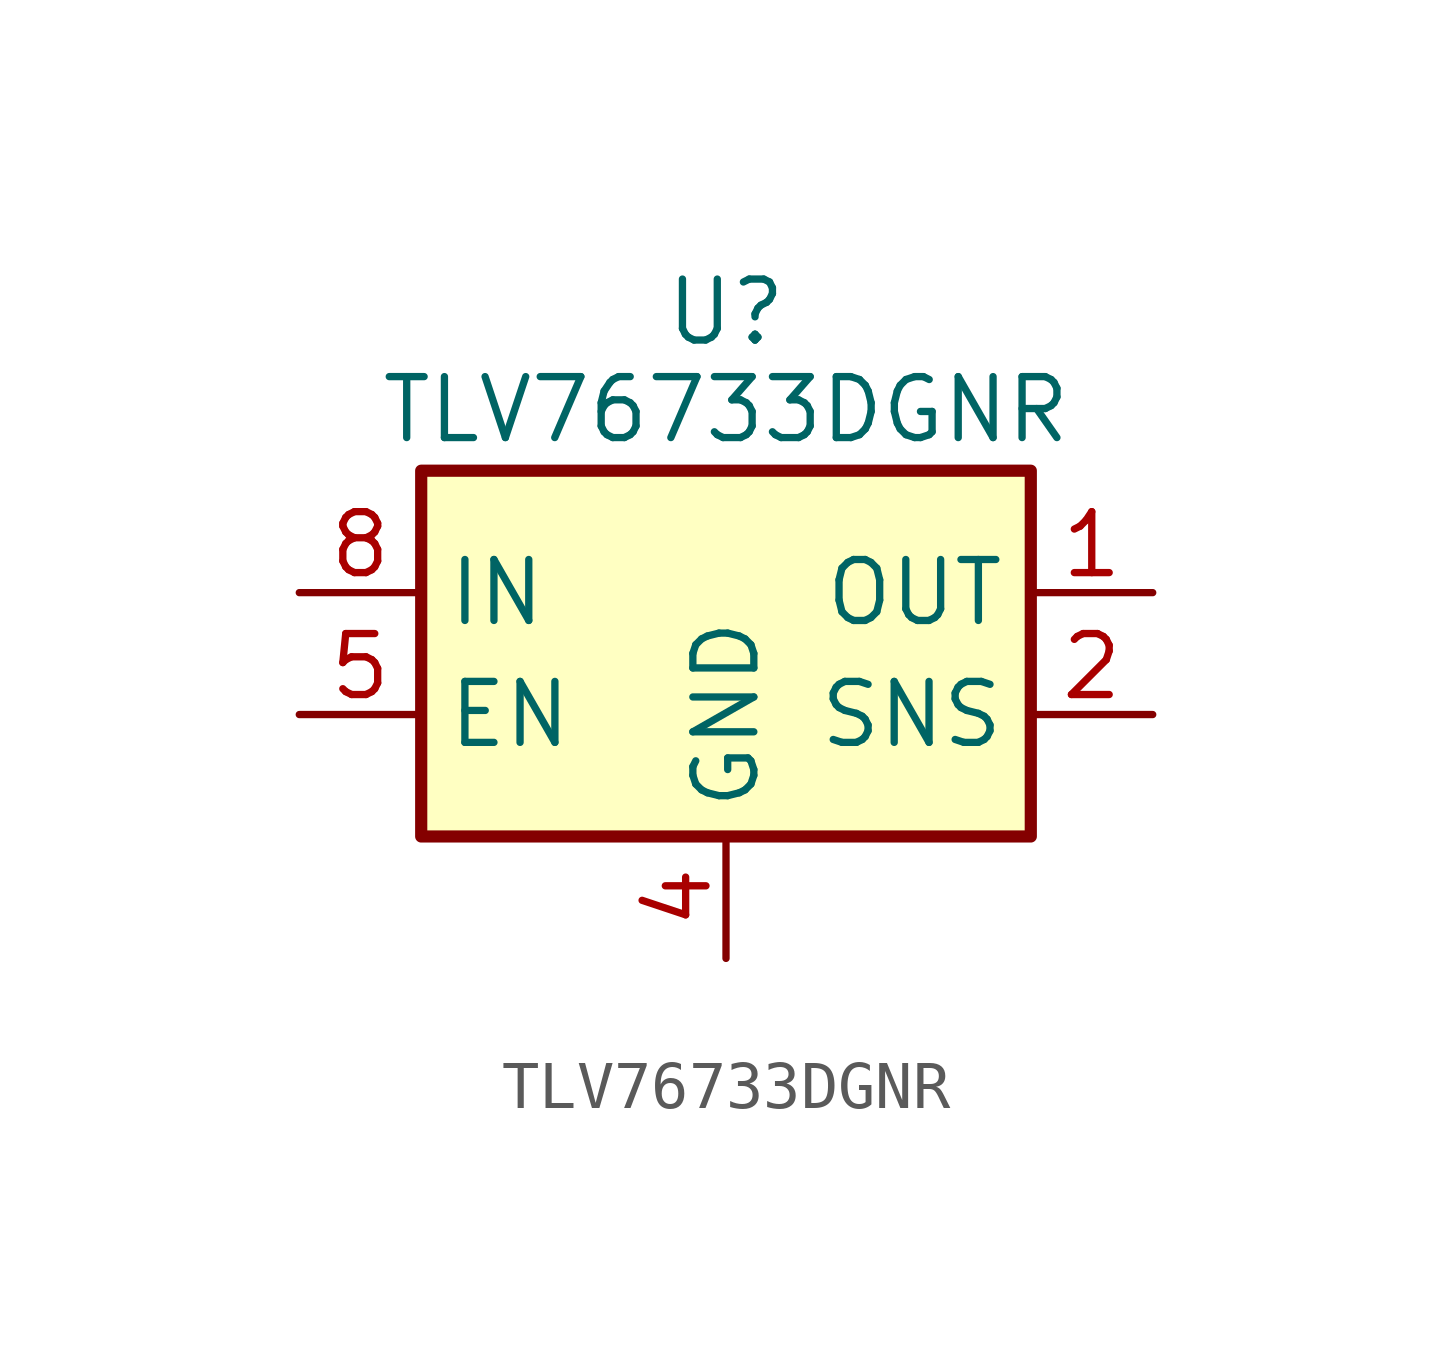
<source format=kicad_sym>
(kicad_symbol_lib
  (version 20231120)
  (generator "kicad_symbol_editor")
  (generator_version "8.0")
  (symbol "TLV76733DGNR"
    (property "Reference" "U"
      (at 0 3.302 0)
      (effects (font (size 1.27 1.27))))
    (property "Value" "TLV76733DGNR"
      (at 0 1.27 0)
      (effects (font (size 1.27 1.27))))
    (symbol "TLV76733DGNR_0_0"
      (rectangle (start -6.35 0) (end 6.35 -7.62) (stroke (width 0.254) (type default)) (fill (type background))))
    (symbol "TLV76733DGNR_1_1"
      (pin power_out line (at 8.89 -2.54 180) (length 2.54) (name "OUT" (effects (font (size 1.27 1.27)))) (number "1" (effects (font (size 1.27 1.27)))))
      (pin input line (at 8.89 -5.08 180) (length 2.54) (name "SNS" (effects (font (size 1.27 1.27)))) (number "2" (effects (font (size 1.27 1.27)))))
      (pin passive line (at 0 -10.16 90) (length 2.54) hide (name "NC" (effects (font (size 1.27 1.27)))) (number "3" (effects (font (size 1.27 1.27)))))
      (pin power_in line (at 0 -10.16 90) (length 2.54) (name "GND" (effects (font (size 1.27 1.27)))) (number "4" (effects (font (size 1.27 1.27)))))
      (pin input line (at -8.89 -5.08 0) (length 2.54) (name "EN" (effects (font (size 1.27 1.27)))) (number "5" (effects (font (size 1.27 1.27)))))
      (pin power_in line (at 0 -10.16 90) (length 2.54) hide (name "GND" (effects (font (size 1.27 1.27)))) (number "6" (effects (font (size 1.27 1.27)))))
      (pin no_connect line (at -2.54 -10.16 90) (length 2.54) hide (name "NC" (effects (font (size 1.27 1.27)))) (number "7" (effects (font (size 1.27 1.27)))))
      (pin power_in line (at -8.89 -2.54 0) (length 2.54) (name "IN" (effects (font (size 1.27 1.27)))) (number "8" (effects (font (size 1.27 1.27)))))
      (pin power_in line (at 0 -10.16 90) (length 2.54) hide (name "GND" (effects (font (size 1.27 1.27)))) (number "9" (effects (font (size 1.27 1.27))))))))
</source>
